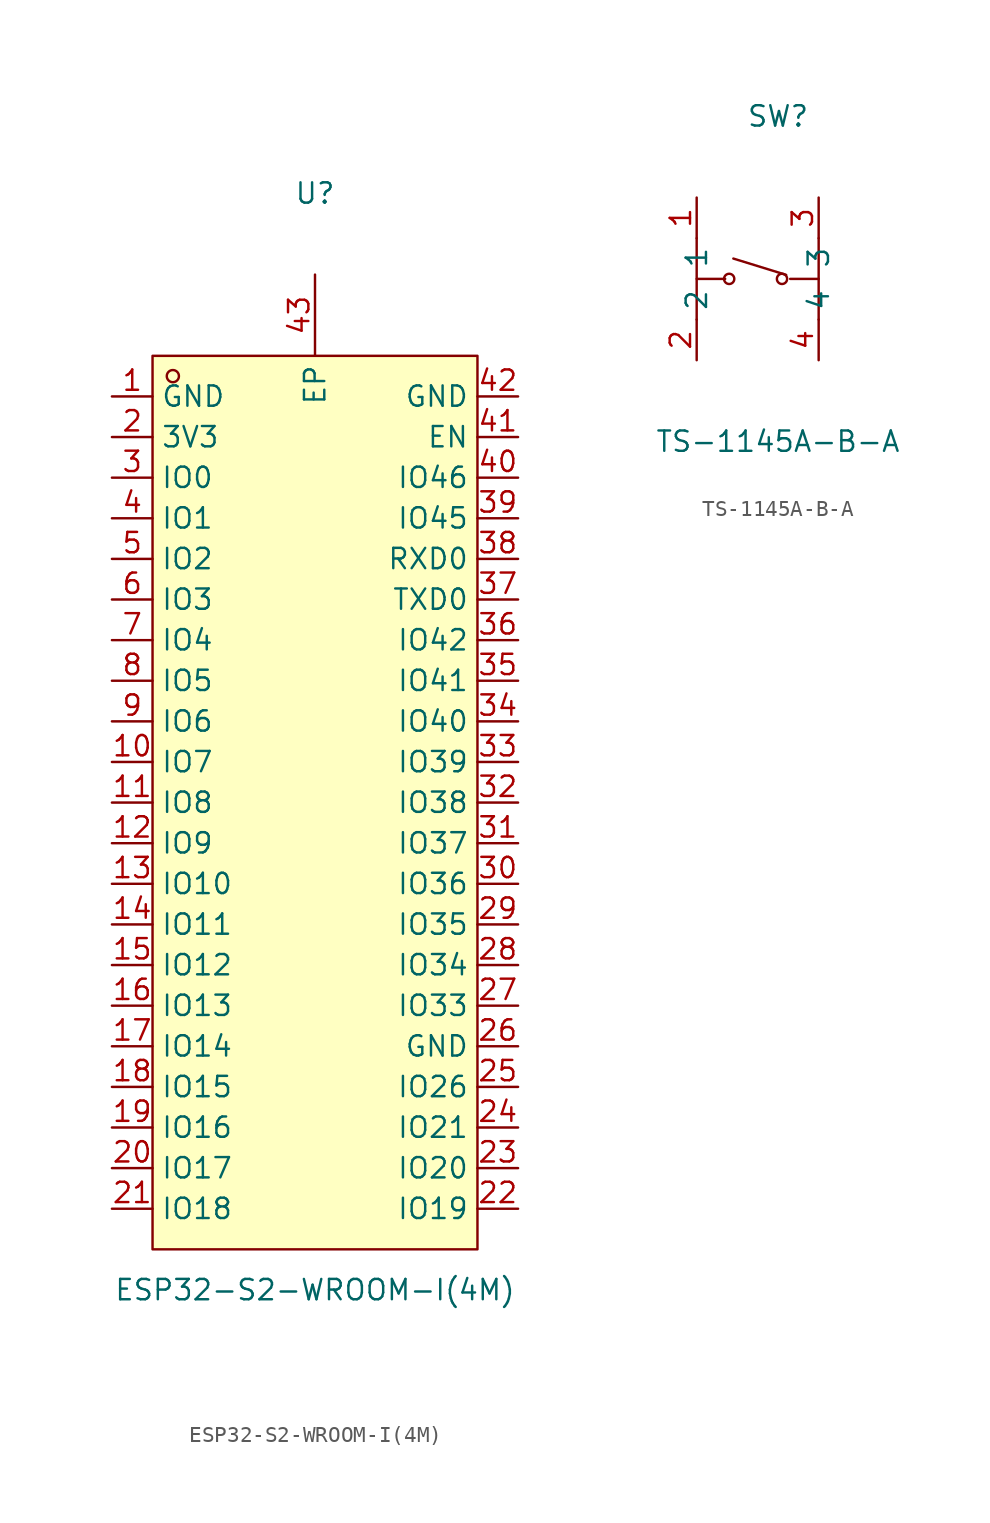
<source format=kicad_sym>
(kicad_symbol_lib
  (version 20220914)
  (generator kicad_symbol_editor)
  (symbol "ESP32-S2-WROOM-I(4M)"
    (property "Reference" "U"
      (at 0 35.56 0)
      (effects (font (size 1.27 1.27))))
    (property "Value" "ESP32-S2-WROOM-I(4M)"
      (at 0 -33.02 0)
      (effects (font (size 1.27 1.27))))
    (symbol "ESP32-S2-WROOM-I(4M)_0_1"
      (rectangle (start -10.16 25.4) (end 10.16 -30.48) (stroke (width 0) (type default)) (fill (type background)))
      (circle (center -8.89 24.13) (radius 0.38) (stroke (width 0) (type default)) (fill (type none)))
      (pin unspecified line (at -12.7 22.86 0) (length 2.54) (name "GND" (effects (font (size 1.27 1.27)))) (number "1" (effects (font (size 1.27 1.27)))))
      (pin unspecified line (at -12.7 0 0) (length 2.54) (name "IO7" (effects (font (size 1.27 1.27)))) (number "10" (effects (font (size 1.27 1.27)))))
      (pin unspecified line (at -12.7 -2.54 0) (length 2.54) (name "IO8" (effects (font (size 1.27 1.27)))) (number "11" (effects (font (size 1.27 1.27)))))
      (pin unspecified line (at -12.7 -5.08 0) (length 2.54) (name "IO9" (effects (font (size 1.27 1.27)))) (number "12" (effects (font (size 1.27 1.27)))))
      (pin unspecified line (at -12.7 -7.62 0) (length 2.54) (name "IO10" (effects (font (size 1.27 1.27)))) (number "13" (effects (font (size 1.27 1.27)))))
      (pin unspecified line (at -12.7 -10.16 0) (length 2.54) (name "IO11" (effects (font (size 1.27 1.27)))) (number "14" (effects (font (size 1.27 1.27)))))
      (pin unspecified line (at -12.7 -12.7 0) (length 2.54) (name "IO12" (effects (font (size 1.27 1.27)))) (number "15" (effects (font (size 1.27 1.27)))))
      (pin unspecified line (at -12.7 -15.24 0) (length 2.54) (name "IO13" (effects (font (size 1.27 1.27)))) (number "16" (effects (font (size 1.27 1.27)))))
      (pin unspecified line (at -12.7 -17.78 0) (length 2.54) (name "IO14" (effects (font (size 1.27 1.27)))) (number "17" (effects (font (size 1.27 1.27)))))
      (pin unspecified line (at -12.7 -20.32 0) (length 2.54) (name "IO15" (effects (font (size 1.27 1.27)))) (number "18" (effects (font (size 1.27 1.27)))))
      (pin unspecified line (at -12.7 -22.86 0) (length 2.54) (name "IO16" (effects (font (size 1.27 1.27)))) (number "19" (effects (font (size 1.27 1.27)))))
      (pin unspecified line (at -12.7 20.32 0) (length 2.54) (name "3V3" (effects (font (size 1.27 1.27)))) (number "2" (effects (font (size 1.27 1.27)))))
      (pin unspecified line (at -12.7 -25.4 0) (length 2.54) (name "IO17" (effects (font (size 1.27 1.27)))) (number "20" (effects (font (size 1.27 1.27)))))
      (pin unspecified line (at -12.7 -27.94 0) (length 2.54) (name "IO18" (effects (font (size 1.27 1.27)))) (number "21" (effects (font (size 1.27 1.27)))))
      (pin unspecified line (at 12.7 -27.94 180) (length 2.54) (name "IO19" (effects (font (size 1.27 1.27)))) (number "22" (effects (font (size 1.27 1.27)))))
      (pin unspecified line (at 12.7 -25.4 180) (length 2.54) (name "IO20" (effects (font (size 1.27 1.27)))) (number "23" (effects (font (size 1.27 1.27)))))
      (pin unspecified line (at 12.7 -22.86 180) (length 2.54) (name "IO21" (effects (font (size 1.27 1.27)))) (number "24" (effects (font (size 1.27 1.27)))))
      (pin unspecified line (at 12.7 -20.32 180) (length 2.54) (name "IO26" (effects (font (size 1.27 1.27)))) (number "25" (effects (font (size 1.27 1.27)))))
      (pin unspecified line (at 12.7 -17.78 180) (length 2.54) (name "GND" (effects (font (size 1.27 1.27)))) (number "26" (effects (font (size 1.27 1.27)))))
      (pin unspecified line (at 12.7 -15.24 180) (length 2.54) (name "IO33" (effects (font (size 1.27 1.27)))) (number "27" (effects (font (size 1.27 1.27)))))
      (pin unspecified line (at 12.7 -12.7 180) (length 2.54) (name "IO34" (effects (font (size 1.27 1.27)))) (number "28" (effects (font (size 1.27 1.27)))))
      (pin unspecified line (at 12.7 -10.16 180) (length 2.54) (name "IO35" (effects (font (size 1.27 1.27)))) (number "29" (effects (font (size 1.27 1.27)))))
      (pin unspecified line (at -12.7 17.78 0) (length 2.54) (name "IO0" (effects (font (size 1.27 1.27)))) (number "3" (effects (font (size 1.27 1.27)))))
      (pin unspecified line (at 12.7 -7.62 180) (length 2.54) (name "IO36" (effects (font (size 1.27 1.27)))) (number "30" (effects (font (size 1.27 1.27)))))
      (pin unspecified line (at 12.7 -5.08 180) (length 2.54) (name "IO37" (effects (font (size 1.27 1.27)))) (number "31" (effects (font (size 1.27 1.27)))))
      (pin unspecified line (at 12.7 -2.54 180) (length 2.54) (name "IO38" (effects (font (size 1.27 1.27)))) (number "32" (effects (font (size 1.27 1.27)))))
      (pin unspecified line (at 12.7 0 180) (length 2.54) (name "IO39" (effects (font (size 1.27 1.27)))) (number "33" (effects (font (size 1.27 1.27)))))
      (pin unspecified line (at 12.7 2.54 180) (length 2.54) (name "IO40" (effects (font (size 1.27 1.27)))) (number "34" (effects (font (size 1.27 1.27)))))
      (pin unspecified line (at 12.7 5.08 180) (length 2.54) (name "IO41" (effects (font (size 1.27 1.27)))) (number "35" (effects (font (size 1.27 1.27)))))
      (pin unspecified line (at 12.7 7.62 180) (length 2.54) (name "IO42" (effects (font (size 1.27 1.27)))) (number "36" (effects (font (size 1.27 1.27)))))
      (pin unspecified line (at 12.7 10.16 180) (length 2.54) (name "TXD0" (effects (font (size 1.27 1.27)))) (number "37" (effects (font (size 1.27 1.27)))))
      (pin unspecified line (at 12.7 12.7 180) (length 2.54) (name "RXD0" (effects (font (size 1.27 1.27)))) (number "38" (effects (font (size 1.27 1.27)))))
      (pin unspecified line (at 12.7 15.24 180) (length 2.54) (name "IO45" (effects (font (size 1.27 1.27)))) (number "39" (effects (font (size 1.27 1.27)))))
      (pin unspecified line (at -12.7 15.24 0) (length 2.54) (name "IO1" (effects (font (size 1.27 1.27)))) (number "4" (effects (font (size 1.27 1.27)))))
      (pin unspecified line (at 12.7 17.78 180) (length 2.54) (name "IO46" (effects (font (size 1.27 1.27)))) (number "40" (effects (font (size 1.27 1.27)))))
      (pin unspecified line (at 12.7 20.32 180) (length 2.54) (name "EN" (effects (font (size 1.27 1.27)))) (number "41" (effects (font (size 1.27 1.27)))))
      (pin unspecified line (at 12.7 22.86 180) (length 2.54) (name "GND" (effects (font (size 1.27 1.27)))) (number "42" (effects (font (size 1.27 1.27)))))
      (pin unspecified line (at 0 30.48 270) (length 5.08) (name "EP" (effects (font (size 1.27 1.27)))) (number "43" (effects (font (size 1.27 1.27)))))
      (pin unspecified line (at -12.7 12.7 0) (length 2.54) (name "IO2" (effects (font (size 1.27 1.27)))) (number "5" (effects (font (size 1.27 1.27)))))
      (pin unspecified line (at -12.7 10.16 0) (length 2.54) (name "IO3" (effects (font (size 1.27 1.27)))) (number "6" (effects (font (size 1.27 1.27)))))
      (pin unspecified line (at -12.7 7.62 0) (length 2.54) (name "IO4" (effects (font (size 1.27 1.27)))) (number "7" (effects (font (size 1.27 1.27)))))
      (pin unspecified line (at -12.7 5.08 0) (length 2.54) (name "IO5" (effects (font (size 1.27 1.27)))) (number "8" (effects (font (size 1.27 1.27)))))
      (pin unspecified line (at -12.7 2.54 0) (length 2.54) (name "IO6" (effects (font (size 1.27 1.27)))) (number "9" (effects (font (size 1.27 1.27)))))))
  (symbol "TS-1145A-B-A"
    (property "Reference" "SW"
      (at 0 7.62 0)
      (effects (font (size 1.27 1.27))))
    (property "Value" "TS-1145A-B-A"
      (at 0 -12.7 0)
      (effects (font (size 1.27 1.27))))
    (symbol "TS-1145A-B-A_0_1"
      (circle (center -3.05 -2.54) (radius 0.32) (stroke (width 0) (type default)) (fill (type none)))
      (polyline (pts (xy -5.08 -5.08) (xy -5.08 0)) (stroke (width 0) (type default)) (fill (type none)))
      (polyline (pts (xy -3.3 -2.54) (xy -5.08 -2.54)) (stroke (width 0) (type default)) (fill (type none)))
      (polyline (pts (xy 0.51 -2.29) (xy -2.79 -1.27)) (stroke (width 0) (type default)) (fill (type none)))
      (polyline (pts (xy 0.76 -2.54) (xy 2.54 -2.54)) (stroke (width 0) (type default)) (fill (type none)))
      (polyline (pts (xy 2.54 -5.08) (xy 2.54 0)) (stroke (width 0) (type default)) (fill (type none)))
      (circle (center 0.25 -2.54) (radius 0.32) (stroke (width 0) (type default)) (fill (type none)))
      (pin unspecified line (at -5.08 2.54 270) (length 2.54) (name "1" (effects (font (size 1.27 1.27)))) (number "1" (effects (font (size 1.27 1.27)))))
      (pin unspecified line (at -5.08 -7.62 90) (length 2.54) (name "2" (effects (font (size 1.27 1.27)))) (number "2" (effects (font (size 1.27 1.27)))))
      (pin unspecified line (at 2.54 2.54 270) (length 2.54) (name "3" (effects (font (size 1.27 1.27)))) (number "3" (effects (font (size 1.27 1.27)))))
      (pin unspecified line (at 2.54 -7.62 90) (length 2.54) (name "4" (effects (font (size 1.27 1.27)))) (number "4" (effects (font (size 1.27 1.27))))))))
</source>
